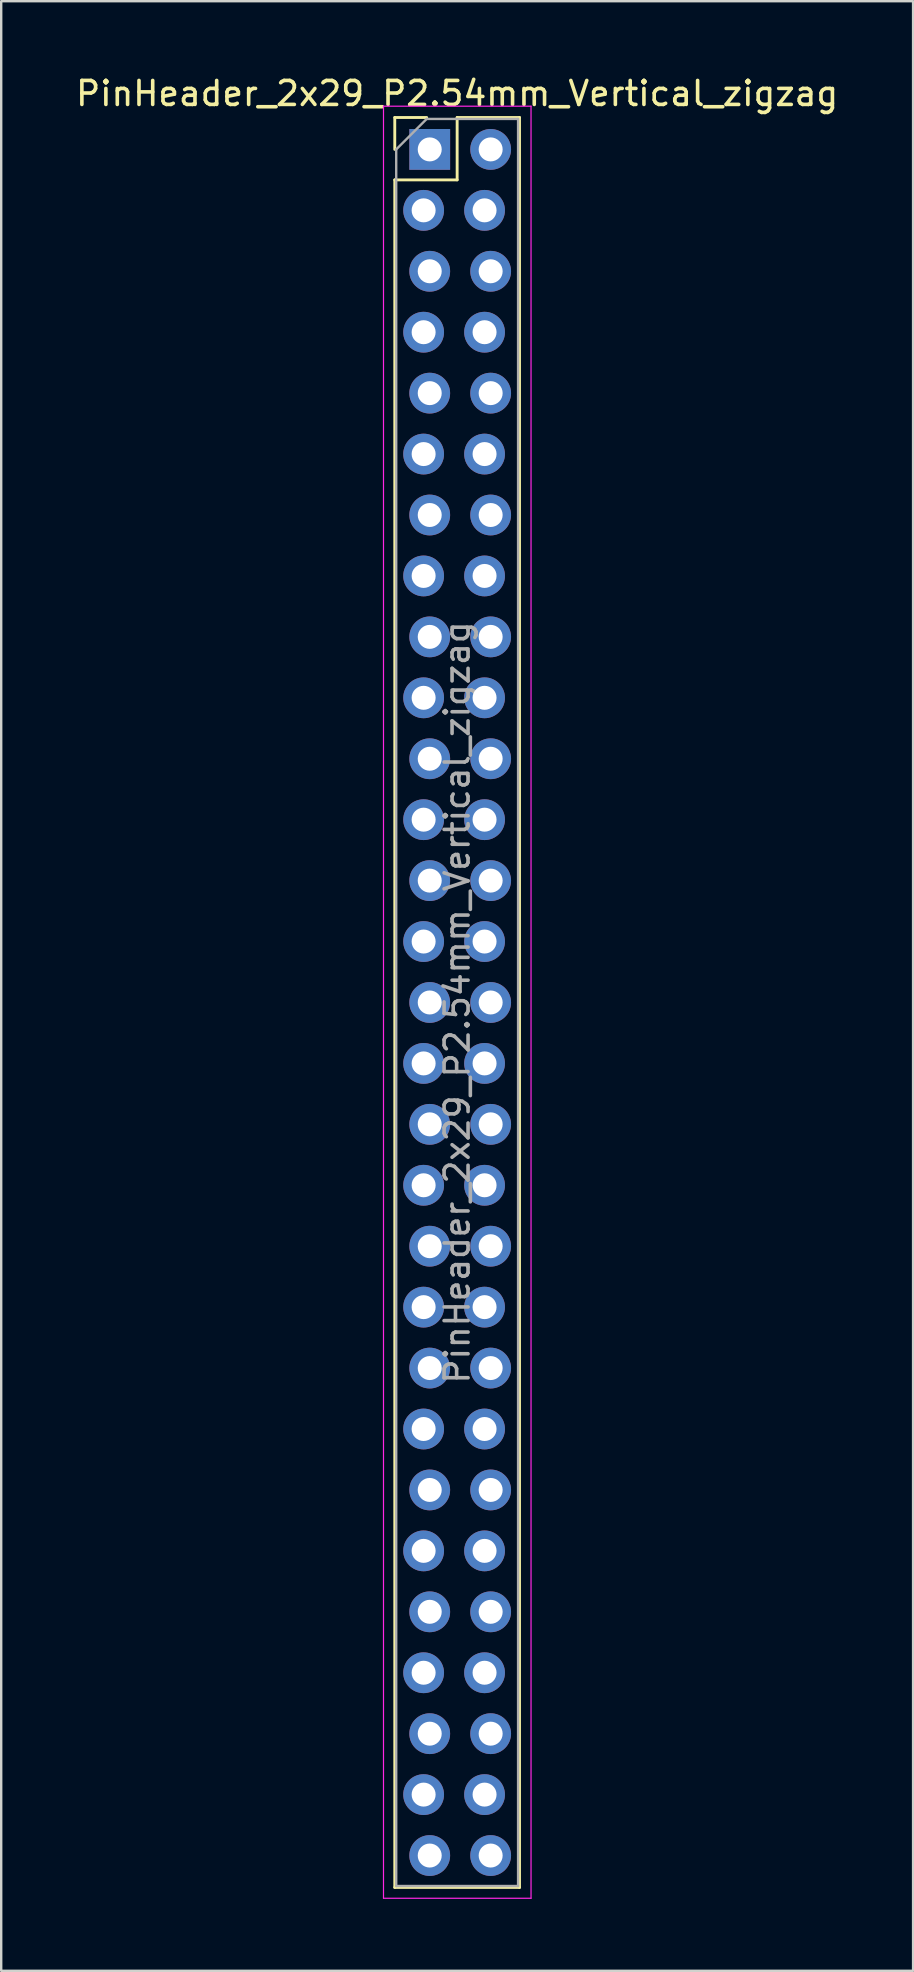
<source format=kicad_pcb>
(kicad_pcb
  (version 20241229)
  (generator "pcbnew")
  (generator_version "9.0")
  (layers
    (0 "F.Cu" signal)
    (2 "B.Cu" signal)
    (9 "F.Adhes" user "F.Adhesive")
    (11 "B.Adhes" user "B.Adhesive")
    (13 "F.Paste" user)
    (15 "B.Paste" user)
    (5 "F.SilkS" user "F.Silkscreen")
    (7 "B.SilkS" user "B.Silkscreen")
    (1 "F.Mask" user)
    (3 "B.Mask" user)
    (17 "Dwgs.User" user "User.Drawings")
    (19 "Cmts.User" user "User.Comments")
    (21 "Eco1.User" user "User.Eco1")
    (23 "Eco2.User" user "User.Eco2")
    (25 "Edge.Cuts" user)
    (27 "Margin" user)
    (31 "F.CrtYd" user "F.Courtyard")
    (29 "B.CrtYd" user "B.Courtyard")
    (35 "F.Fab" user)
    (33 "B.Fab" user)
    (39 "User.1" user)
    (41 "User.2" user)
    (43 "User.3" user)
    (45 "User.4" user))
  (footprint "PinHeader_2x29_P2.54mm_Vertical_zigzag"
    (layer "F.Cu")
    (at 14.736 3.178)
    (property "Reference" "PinHeader_2x29_P2.54mm_Vertical_zigzag" (at 1.27 -2.33 0) (layer "F.SilkS") (effects (font (size 1 1) (thickness 0.15))))
    (attr through_hole)
    (fp_line (start -1.33 -1.33) (end 0 -1.33) (stroke (width 0.12) (type solid)) (layer "F.SilkS"))
    (fp_line (start -1.33 0) (end -1.33 -1.33) (stroke (width 0.12) (type solid)) (layer "F.SilkS"))
    (fp_line (start -1.33 1.27) (end -1.33 72.45) (stroke (width 0.12) (type solid)) (layer "F.SilkS"))
    (fp_line (start -1.33 1.27) (end 1.27 1.27) (stroke (width 0.12) (type solid)) (layer "F.SilkS"))
    (fp_line (start -1.33 72.45) (end 3.87 72.45) (stroke (width 0.12) (type solid)) (layer "F.SilkS"))
    (fp_line (start 1.27 -1.33) (end 3.87 -1.33) (stroke (width 0.12) (type solid)) (layer "F.SilkS"))
    (fp_line (start 1.27 1.27) (end 1.27 -1.33) (stroke (width 0.12) (type solid)) (layer "F.SilkS"))
    (fp_line (start 3.87 -1.33) (end 3.87 72.45) (stroke (width 0.12) (type solid)) (layer "F.SilkS"))
    (fp_line (start -1.8 -1.8) (end -1.8 72.9) (stroke (width 0.05) (type solid)) (layer "F.CrtYd"))
    (fp_line (start -1.8 72.9) (end 4.35 72.9) (stroke (width 0.05) (type solid)) (layer "F.CrtYd"))
    (fp_line (start 4.35 -1.8) (end -1.8 -1.8) (stroke (width 0.05) (type solid)) (layer "F.CrtYd"))
    (fp_line (start 4.35 72.9) (end 4.35 -1.8) (stroke (width 0.05) (type solid)) (layer "F.CrtYd"))
    (fp_line (start -1.27 0) (end 0 -1.27) (stroke (width 0.1) (type solid)) (layer "F.Fab"))
    (fp_line (start -1.27 72.39) (end -1.27 0) (stroke (width 0.1) (type solid)) (layer "F.Fab"))
    (fp_line (start 0 -1.27) (end 3.81 -1.27) (stroke (width 0.1) (type solid)) (layer "F.Fab"))
    (fp_line (start 3.81 -1.27) (end 3.81 72.39) (stroke (width 0.1) (type solid)) (layer "F.Fab"))
    (fp_line (start 3.81 72.39) (end -1.27 72.39) (stroke (width 0.1) (type solid)) (layer "F.Fab"))
    (fp_text user "${REFERENCE}" (at 1.27 35.56 90) (layer "F.Fab") (effects (font (size 1 1) (thickness 0.15))))
    (pad "1" thru_hole rect (at 0.127 0) (size 1.7 1.7) (drill 1) (layers "*.Cu" "*.Mask"))
    (pad "2" thru_hole oval (at 2.667 0) (size 1.7 1.7) (drill 1) (layers "*.Cu" "*.Mask"))
    (pad "3" thru_hole oval (at -0.127 2.54) (size 1.7 1.7) (drill 1) (layers "*.Cu" "*.Mask"))
    (pad "4" thru_hole oval (at 2.413 2.54) (size 1.7 1.7) (drill 1) (layers "*.Cu" "*.Mask"))
    (pad "5" thru_hole oval (at 0.127 5.08) (size 1.7 1.7) (drill 1) (layers "*.Cu" "*.Mask"))
    (pad "6" thru_hole oval (at 2.667 5.08) (size 1.7 1.7) (drill 1) (layers "*.Cu" "*.Mask"))
    (pad "7" thru_hole oval (at -0.127 7.62) (size 1.7 1.7) (drill 1) (layers "*.Cu" "*.Mask"))
    (pad "8" thru_hole oval (at 2.413 7.62) (size 1.7 1.7) (drill 1) (layers "*.Cu" "*.Mask"))
    (pad "9" thru_hole oval (at 0.127 10.16) (size 1.7 1.7) (drill 1) (layers "*.Cu" "*.Mask"))
    (pad "10" thru_hole oval (at 2.667 10.16) (size 1.7 1.7) (drill 1) (layers "*.Cu" "*.Mask"))
    (pad "11" thru_hole oval (at -0.127 12.7) (size 1.7 1.7) (drill 1) (layers "*.Cu" "*.Mask"))
    (pad "12" thru_hole oval (at 2.413 12.7) (size 1.7 1.7) (drill 1) (layers "*.Cu" "*.Mask"))
    (pad "13" thru_hole oval (at 0.127 15.24) (size 1.7 1.7) (drill 1) (layers "*.Cu" "*.Mask"))
    (pad "14" thru_hole oval (at 2.667 15.24) (size 1.7 1.7) (drill 1) (layers "*.Cu" "*.Mask"))
    (pad "15" thru_hole oval (at -0.127 17.78) (size 1.7 1.7) (drill 1) (layers "*.Cu" "*.Mask"))
    (pad "16" thru_hole oval (at 2.413 17.78) (size 1.7 1.7) (drill 1) (layers "*.Cu" "*.Mask"))
    (pad "17" thru_hole oval (at 0.127 20.32) (size 1.7 1.7) (drill 1) (layers "*.Cu" "*.Mask"))
    (pad "18" thru_hole oval (at 2.667 20.32) (size 1.7 1.7) (drill 1) (layers "*.Cu" "*.Mask"))
    (pad "19" thru_hole oval (at -0.127 22.86) (size 1.7 1.7) (drill 1) (layers "*.Cu" "*.Mask"))
    (pad "20" thru_hole oval (at 2.413 22.86) (size 1.7 1.7) (drill 1) (layers "*.Cu" "*.Mask"))
    (pad "21" thru_hole oval (at 0.127 25.4) (size 1.7 1.7) (drill 1) (layers "*.Cu" "*.Mask"))
    (pad "22" thru_hole oval (at 2.667 25.4) (size 1.7 1.7) (drill 1) (layers "*.Cu" "*.Mask"))
    (pad "23" thru_hole oval (at -0.127 27.94) (size 1.7 1.7) (drill 1) (layers "*.Cu" "*.Mask"))
    (pad "24" thru_hole oval (at 2.413 27.94) (size 1.7 1.7) (drill 1) (layers "*.Cu" "*.Mask"))
    (pad "25" thru_hole oval (at 0.127 30.48) (size 1.7 1.7) (drill 1) (layers "*.Cu" "*.Mask"))
    (pad "26" thru_hole oval (at 2.667 30.48) (size 1.7 1.7) (drill 1) (layers "*.Cu" "*.Mask"))
    (pad "27" thru_hole oval (at -0.127 33.02) (size 1.7 1.7) (drill 1) (layers "*.Cu" "*.Mask"))
    (pad "28" thru_hole oval (at 2.413 33.02) (size 1.7 1.7) (drill 1) (layers "*.Cu" "*.Mask"))
    (pad "29" thru_hole oval (at 0.127 35.56) (size 1.7 1.7) (drill 1) (layers "*.Cu" "*.Mask"))
    (pad "30" thru_hole oval (at 2.667 35.56) (size 1.7 1.7) (drill 1) (layers "*.Cu" "*.Mask"))
    (pad "31" thru_hole oval (at -0.127 38.1) (size 1.7 1.7) (drill 1) (layers "*.Cu" "*.Mask"))
    (pad "32" thru_hole oval (at 2.413 38.1) (size 1.7 1.7) (drill 1) (layers "*.Cu" "*.Mask"))
    (pad "33" thru_hole oval (at 0.127 40.64) (size 1.7 1.7) (drill 1) (layers "*.Cu" "*.Mask"))
    (pad "34" thru_hole oval (at 2.667 40.64) (size 1.7 1.7) (drill 1) (layers "*.Cu" "*.Mask"))
    (pad "35" thru_hole oval (at -0.127 43.18) (size 1.7 1.7) (drill 1) (layers "*.Cu" "*.Mask"))
    (pad "36" thru_hole oval (at 2.413 43.18) (size 1.7 1.7) (drill 1) (layers "*.Cu" "*.Mask"))
    (pad "37" thru_hole oval (at 0.127 45.72) (size 1.7 1.7) (drill 1) (layers "*.Cu" "*.Mask"))
    (pad "38" thru_hole oval (at 2.667 45.72) (size 1.7 1.7) (drill 1) (layers "*.Cu" "*.Mask"))
    (pad "39" thru_hole oval (at -0.127 48.26) (size 1.7 1.7) (drill 1) (layers "*.Cu" "*.Mask"))
    (pad "40" thru_hole oval (at 2.413 48.26) (size 1.7 1.7) (drill 1) (layers "*.Cu" "*.Mask"))
    (pad "41" thru_hole oval (at 0.127 50.8) (size 1.7 1.7) (drill 1) (layers "*.Cu" "*.Mask"))
    (pad "42" thru_hole oval (at 2.667 50.8) (size 1.7 1.7) (drill 1) (layers "*.Cu" "*.Mask"))
    (pad "43" thru_hole oval (at -0.127 53.34) (size 1.7 1.7) (drill 1) (layers "*.Cu" "*.Mask"))
    (pad "44" thru_hole oval (at 2.413 53.34) (size 1.7 1.7) (drill 1) (layers "*.Cu" "*.Mask"))
    (pad "45" thru_hole oval (at 0.127 55.88) (size 1.7 1.7) (drill 1) (layers "*.Cu" "*.Mask"))
    (pad "46" thru_hole oval (at 2.667 55.88) (size 1.7 1.7) (drill 1) (layers "*.Cu" "*.Mask"))
    (pad "47" thru_hole oval (at -0.127 58.42) (size 1.7 1.7) (drill 1) (layers "*.Cu" "*.Mask"))
    (pad "48" thru_hole oval (at 2.413 58.42) (size 1.7 1.7) (drill 1) (layers "*.Cu" "*.Mask"))
    (pad "49" thru_hole oval (at 0.127 60.96) (size 1.7 1.7) (drill 1) (layers "*.Cu" "*.Mask"))
    (pad "50" thru_hole oval (at 2.667 60.96) (size 1.7 1.7) (drill 1) (layers "*.Cu" "*.Mask"))
    (pad "51" thru_hole oval (at -0.127 63.5) (size 1.7 1.7) (drill 1) (layers "*.Cu" "*.Mask"))
    (pad "52" thru_hole oval (at 2.413 63.5) (size 1.7 1.7) (drill 1) (layers "*.Cu" "*.Mask"))
    (pad "53" thru_hole oval (at 0.127 66.04) (size 1.7 1.7) (drill 1) (layers "*.Cu" "*.Mask"))
    (pad "54" thru_hole oval (at 2.667 66.04) (size 1.7 1.7) (drill 1) (layers "*.Cu" "*.Mask"))
    (pad "55" thru_hole oval (at -0.127 68.58) (size 1.7 1.7) (drill 1) (layers "*.Cu" "*.Mask"))
    (pad "56" thru_hole oval (at 2.413 68.58) (size 1.7 1.7) (drill 1) (layers "*.Cu" "*.Mask"))
    (pad "57" thru_hole oval (at 0.127 71.12) (size 1.7 1.7) (drill 1) (layers "*.Cu" "*.Mask"))
    (pad "58" thru_hole oval (at 2.667 71.12) (size 1.7 1.7) (drill 1) (layers "*.Cu" "*.Mask")))
  (gr_rect
    (start -3 -3)
    (end 35.012 79.103)
    (stroke (width 0.1) (type default))
    (fill no)
    (layer "Edge.Cuts")))
</source>
